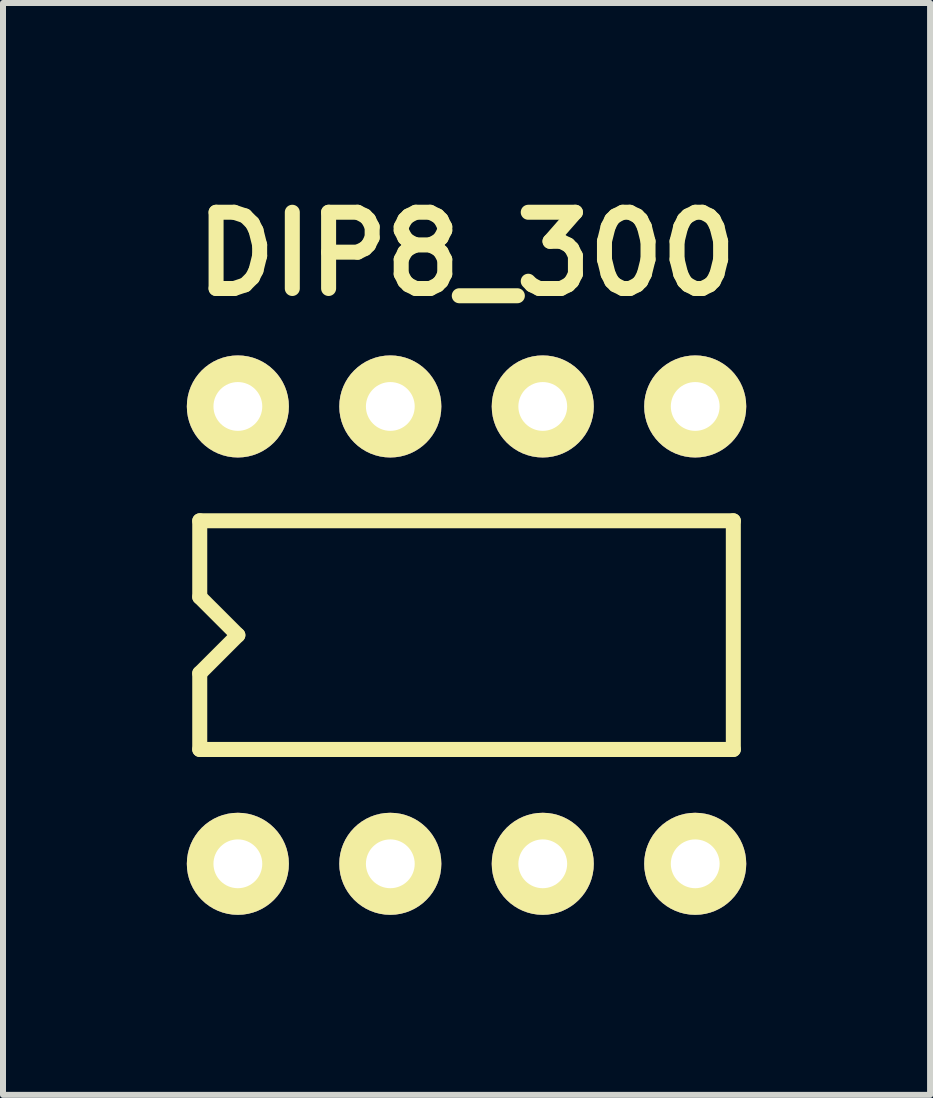
<source format=kicad_pcb>
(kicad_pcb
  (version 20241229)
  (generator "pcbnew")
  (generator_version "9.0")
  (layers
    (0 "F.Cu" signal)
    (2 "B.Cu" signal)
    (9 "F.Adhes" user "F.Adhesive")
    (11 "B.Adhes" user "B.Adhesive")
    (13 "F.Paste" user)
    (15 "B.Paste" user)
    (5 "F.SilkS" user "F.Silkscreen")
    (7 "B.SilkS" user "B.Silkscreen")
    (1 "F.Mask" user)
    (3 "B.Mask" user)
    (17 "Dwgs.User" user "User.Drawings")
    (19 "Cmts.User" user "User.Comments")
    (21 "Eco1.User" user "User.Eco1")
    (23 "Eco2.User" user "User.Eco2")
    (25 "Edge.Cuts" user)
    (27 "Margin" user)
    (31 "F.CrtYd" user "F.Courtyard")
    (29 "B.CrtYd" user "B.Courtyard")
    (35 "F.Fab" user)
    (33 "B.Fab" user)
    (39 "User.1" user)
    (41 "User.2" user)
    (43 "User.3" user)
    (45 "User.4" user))
  (footprint "DIP8_300"
    (layer "F.Cu")
    (at 4.723 7.532)
    (property "Reference" "DIP8_300" (at 0 -6.35 0) (layer "F.SilkS") (effects (font (size 1.27 1.27) (thickness 0.25))))
    (attr through_hole)
    (fp_line (start -4.445 -1.905) (end 4.445 -1.905) (stroke (width 0.25) (type solid)) (layer "F.SilkS"))
    (fp_line (start -4.445 -0.635) (end -4.445 -1.905) (stroke (width 0.25) (type solid)) (layer "F.SilkS"))
    (fp_line (start -4.445 -0.635) (end -3.81 0) (stroke (width 0.25) (type solid)) (layer "F.SilkS"))
    (fp_line (start -4.445 1.905) (end -4.445 0.635) (stroke (width 0.25) (type solid)) (layer "F.SilkS"))
    (fp_line (start -4.445 1.905) (end 4.445 1.905) (stroke (width 0.25) (type solid)) (layer "F.SilkS"))
    (fp_line (start -3.81 0) (end -4.445 0.635) (stroke (width 0.25) (type solid)) (layer "F.SilkS"))
    (fp_line (start 4.445 1.905) (end 4.445 -1.905) (stroke (width 0.25) (type solid)) (layer "F.SilkS"))
    (pad "1" thru_hole circle (at -3.81 3.81) (size 1.7 1.7) (drill 0.813) (layers "*.Cu" "*.Mask" "F.SilkS"))
    (pad "2" thru_hole circle (at -1.27 3.81) (size 1.7 1.7) (drill 0.813) (layers "*.Cu" "*.Mask" "F.SilkS"))
    (pad "3" thru_hole circle (at 1.27 3.81) (size 1.7 1.7) (drill 0.813) (layers "*.Cu" "*.Mask" "F.SilkS"))
    (pad "4" thru_hole circle (at 3.81 3.81) (size 1.7 1.7) (drill 0.813) (layers "*.Cu" "*.Mask" "F.SilkS"))
    (pad "5" thru_hole circle (at 3.81 -3.81) (size 1.7 1.7) (drill 0.813) (layers "*.Cu" "*.Mask" "F.SilkS"))
    (pad "6" thru_hole circle (at 1.27 -3.81) (size 1.7 1.7) (drill 0.813) (layers "*.Cu" "*.Mask" "F.SilkS"))
    (pad "7" thru_hole circle (at -1.27 -3.81) (size 1.7 1.7) (drill 0.813) (layers "*.Cu" "*.Mask" "F.SilkS"))
    (pad "8" thru_hole circle (at -3.81 -3.81) (size 1.7 1.7) (drill 0.813) (layers "*.Cu" "*.Mask" "F.SilkS")))
  (gr_rect
    (start -3 -3)
    (end 12.446 15.192)
    (stroke (width 0.1) (type default))
    (fill no)
    (layer "Edge.Cuts")))
</source>
